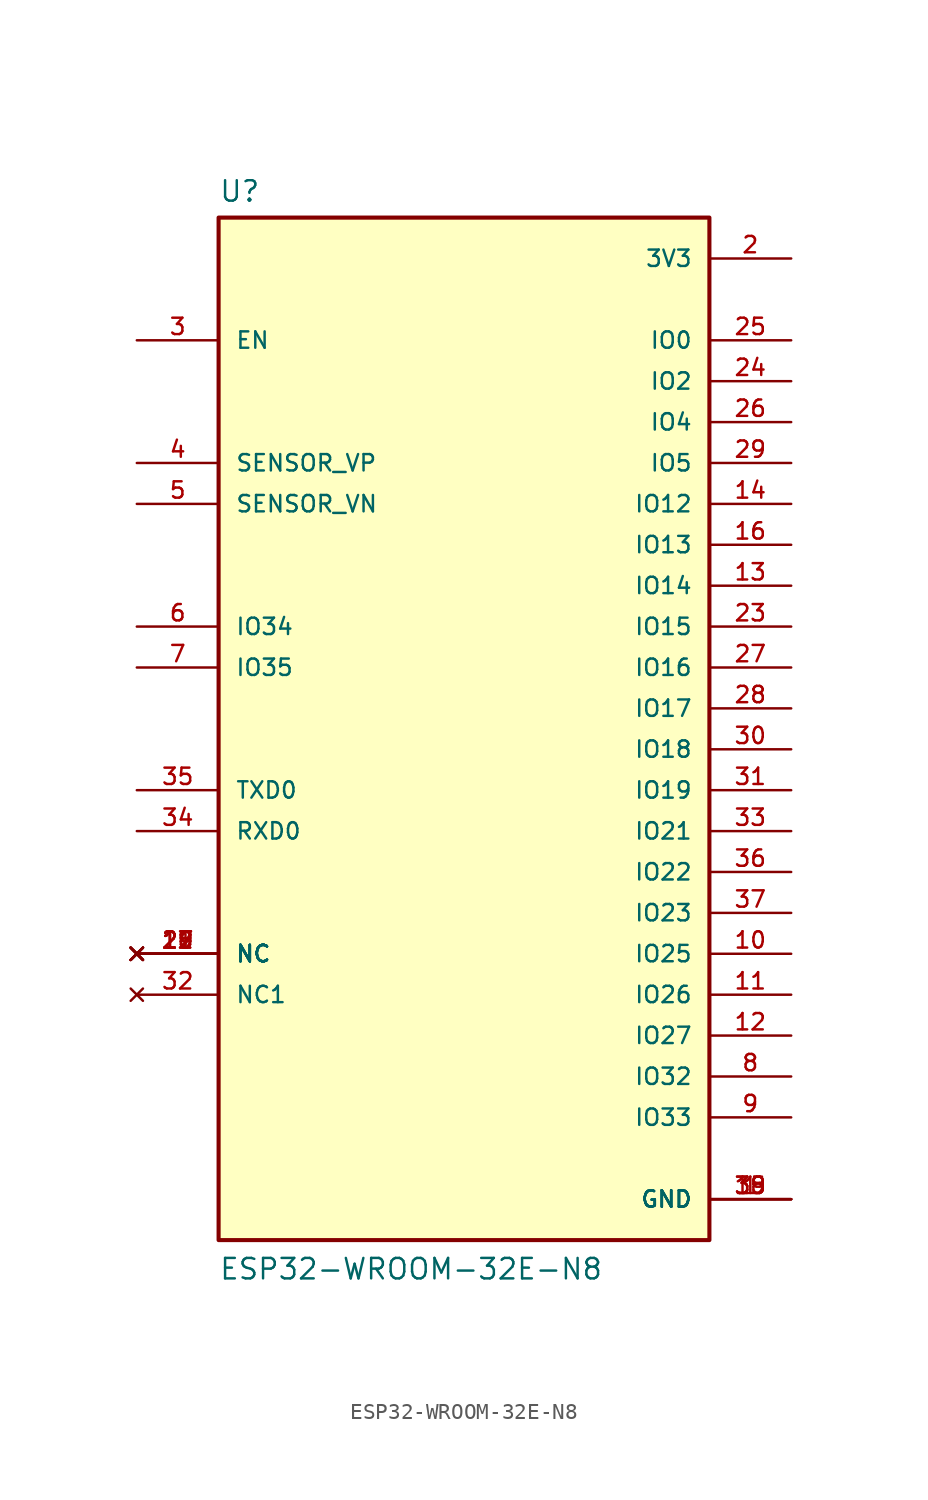
<source format=kicad_sym>
(kicad_symbol_lib
  (version 20220914)
  (generator kicad_db_lib)
  (symbol "ESP32-WROOM-32E-N8"
    (pin_names
      (offset 1.016))
    (property "Reference" "U"
      (at -15.24 33.909 0)
      (effects (font (size 1.27 1.27)) (justify left bottom)))
    (property "Value" "ESP32-WROOM-32E-N8"
      (at -15.24 -33.02 0)
      (effects (font (size 1.27 1.27)) (justify left bottom)))
    (symbol "ESP32-WROOM-32E-N8_0_0"
      (rectangle (start -15.24 33.02) (end 15.24 -30.48) (stroke (width 0.254) (type default)) (fill (type background)))
      (pin power_in line (at 20.32 -27.94 180) (length 5.08) (name "GND" (effects (font (size 1.016 1.016)))) (number "1" (effects (font (size 1.016 1.016)))))
      (pin bidirectional line (at 20.32 -12.7 180) (length 5.08) (name "IO25" (effects (font (size 1.016 1.016)))) (number "10" (effects (font (size 1.016 1.016)))))
      (pin bidirectional line (at 20.32 -15.24 180) (length 5.08) (name "IO26" (effects (font (size 1.016 1.016)))) (number "11" (effects (font (size 1.016 1.016)))))
      (pin bidirectional line (at 20.32 -17.78 180) (length 5.08) (name "IO27" (effects (font (size 1.016 1.016)))) (number "12" (effects (font (size 1.016 1.016)))))
      (pin bidirectional line (at 20.32 10.16 180) (length 5.08) (name "IO14" (effects (font (size 1.016 1.016)))) (number "13" (effects (font (size 1.016 1.016)))))
      (pin bidirectional line (at 20.32 15.24 180) (length 5.08) (name "IO12" (effects (font (size 1.016 1.016)))) (number "14" (effects (font (size 1.016 1.016)))))
      (pin power_in line (at 20.32 -27.94 180) (length 5.08) (name "GND" (effects (font (size 1.016 1.016)))) (number "15" (effects (font (size 1.016 1.016)))))
      (pin bidirectional line (at 20.32 12.7 180) (length 5.08) (name "IO13" (effects (font (size 1.016 1.016)))) (number "16" (effects (font (size 1.016 1.016)))))
      (pin no_connect line (at -20.32 -12.7 0) (length 5.08) (name "NC" (effects (font (size 1.016 1.016)))) (number "17" (effects (font (size 1.016 1.016)))))
      (pin no_connect line (at -20.32 -12.7 0) (length 5.08) (name "NC" (effects (font (size 1.016 1.016)))) (number "18" (effects (font (size 1.016 1.016)))))
      (pin no_connect line (at -20.32 -12.7 0) (length 5.08) (name "NC" (effects (font (size 1.016 1.016)))) (number "19" (effects (font (size 1.016 1.016)))))
      (pin power_in line (at 20.32 30.48 180) (length 5.08) (name "3V3" (effects (font (size 1.016 1.016)))) (number "2" (effects (font (size 1.016 1.016)))))
      (pin no_connect line (at -20.32 -12.7 0) (length 5.08) (name "NC" (effects (font (size 1.016 1.016)))) (number "20" (effects (font (size 1.016 1.016)))))
      (pin no_connect line (at -20.32 -12.7 0) (length 5.08) (name "NC" (effects (font (size 1.016 1.016)))) (number "21" (effects (font (size 1.016 1.016)))))
      (pin no_connect line (at -20.32 -12.7 0) (length 5.08) (name "NC" (effects (font (size 1.016 1.016)))) (number "22" (effects (font (size 1.016 1.016)))))
      (pin bidirectional line (at 20.32 7.62 180) (length 5.08) (name "IO15" (effects (font (size 1.016 1.016)))) (number "23" (effects (font (size 1.016 1.016)))))
      (pin bidirectional line (at 20.32 22.86 180) (length 5.08) (name "IO2" (effects (font (size 1.016 1.016)))) (number "24" (effects (font (size 1.016 1.016)))))
      (pin bidirectional line (at 20.32 25.4 180) (length 5.08) (name "IO0" (effects (font (size 1.016 1.016)))) (number "25" (effects (font (size 1.016 1.016)))))
      (pin bidirectional line (at 20.32 20.32 180) (length 5.08) (name "IO4" (effects (font (size 1.016 1.016)))) (number "26" (effects (font (size 1.016 1.016)))))
      (pin bidirectional line (at 20.32 5.08 180) (length 5.08) (name "IO16" (effects (font (size 1.016 1.016)))) (number "27" (effects (font (size 1.016 1.016)))))
      (pin bidirectional line (at 20.32 2.54 180) (length 5.08) (name "IO17" (effects (font (size 1.016 1.016)))) (number "28" (effects (font (size 1.016 1.016)))))
      (pin bidirectional line (at 20.32 17.78 180) (length 5.08) (name "IO5" (effects (font (size 1.016 1.016)))) (number "29" (effects (font (size 1.016 1.016)))))
      (pin input line (at -20.32 25.4 0) (length 5.08) (name "EN" (effects (font (size 1.016 1.016)))) (number "3" (effects (font (size 1.016 1.016)))))
      (pin bidirectional line (at 20.32 0 180) (length 5.08) (name "IO18" (effects (font (size 1.016 1.016)))) (number "30" (effects (font (size 1.016 1.016)))))
      (pin bidirectional line (at 20.32 -2.54 180) (length 5.08) (name "IO19" (effects (font (size 1.016 1.016)))) (number "31" (effects (font (size 1.016 1.016)))))
      (pin no_connect line (at -20.32 -15.24 0) (length 5.08) (name "NC1" (effects (font (size 1.016 1.016)))) (number "32" (effects (font (size 1.016 1.016)))))
      (pin bidirectional line (at 20.32 -5.08 180) (length 5.08) (name "IO21" (effects (font (size 1.016 1.016)))) (number "33" (effects (font (size 1.016 1.016)))))
      (pin bidirectional line (at -20.32 -5.08 0) (length 5.08) (name "RXD0" (effects (font (size 1.016 1.016)))) (number "34" (effects (font (size 1.016 1.016)))))
      (pin bidirectional line (at -20.32 -2.54 0) (length 5.08) (name "TXD0" (effects (font (size 1.016 1.016)))) (number "35" (effects (font (size 1.016 1.016)))))
      (pin bidirectional line (at 20.32 -7.62 180) (length 5.08) (name "IO22" (effects (font (size 1.016 1.016)))) (number "36" (effects (font (size 1.016 1.016)))))
      (pin bidirectional line (at 20.32 -10.16 180) (length 5.08) (name "IO23" (effects (font (size 1.016 1.016)))) (number "37" (effects (font (size 1.016 1.016)))))
      (pin power_in line (at 20.32 -27.94 180) (length 5.08) (name "GND" (effects (font (size 1.016 1.016)))) (number "38" (effects (font (size 1.016 1.016)))))
      (pin input line (at -20.32 17.78 0) (length 5.08) (name "SENSOR_VP" (effects (font (size 1.016 1.016)))) (number "4" (effects (font (size 1.016 1.016)))))
      (pin input line (at -20.32 15.24 0) (length 5.08) (name "SENSOR_VN" (effects (font (size 1.016 1.016)))) (number "5" (effects (font (size 1.016 1.016)))))
      (pin input line (at -20.32 7.62 0) (length 5.08) (name "IO34" (effects (font (size 1.016 1.016)))) (number "6" (effects (font (size 1.016 1.016)))))
      (pin input line (at -20.32 5.08 0) (length 5.08) (name "IO35" (effects (font (size 1.016 1.016)))) (number "7" (effects (font (size 1.016 1.016)))))
      (pin bidirectional line (at 20.32 -20.32 180) (length 5.08) (name "IO32" (effects (font (size 1.016 1.016)))) (number "8" (effects (font (size 1.016 1.016)))))
      (pin bidirectional line (at 20.32 -22.86 180) (length 5.08) (name "IO33" (effects (font (size 1.016 1.016)))) (number "9" (effects (font (size 1.016 1.016))))))
    (symbol "ESP32-WROOM-32E-N8_1_0"
      (pin power_in line (at 20.32 -27.94 180) (length 5.08) (name "GND" (effects (font (size 1.016 1.016)))) (number "39" (effects (font (size 1.016 1.016))))))))
</source>
